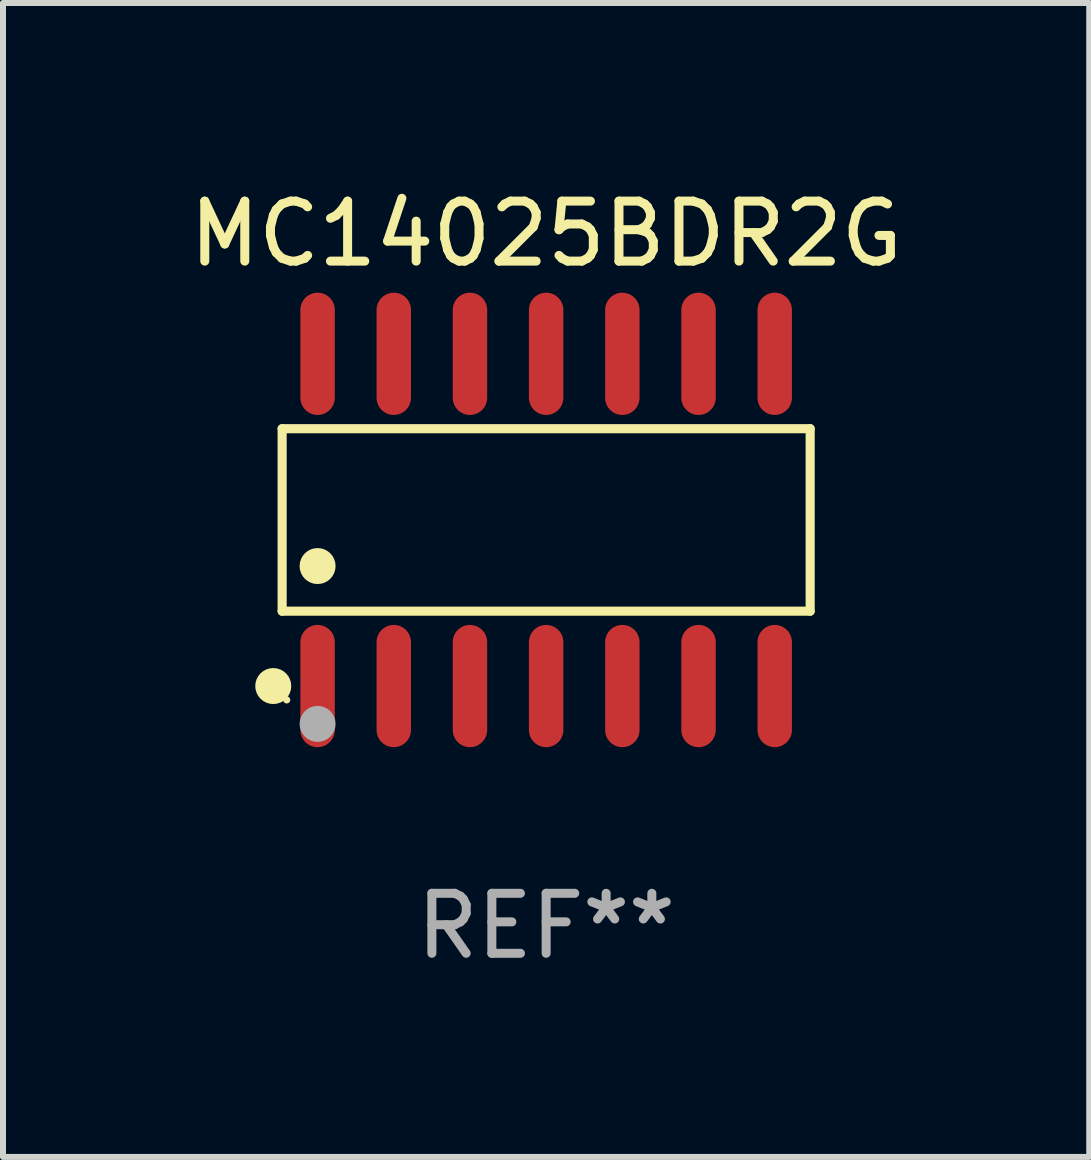
<source format=kicad_pcb>
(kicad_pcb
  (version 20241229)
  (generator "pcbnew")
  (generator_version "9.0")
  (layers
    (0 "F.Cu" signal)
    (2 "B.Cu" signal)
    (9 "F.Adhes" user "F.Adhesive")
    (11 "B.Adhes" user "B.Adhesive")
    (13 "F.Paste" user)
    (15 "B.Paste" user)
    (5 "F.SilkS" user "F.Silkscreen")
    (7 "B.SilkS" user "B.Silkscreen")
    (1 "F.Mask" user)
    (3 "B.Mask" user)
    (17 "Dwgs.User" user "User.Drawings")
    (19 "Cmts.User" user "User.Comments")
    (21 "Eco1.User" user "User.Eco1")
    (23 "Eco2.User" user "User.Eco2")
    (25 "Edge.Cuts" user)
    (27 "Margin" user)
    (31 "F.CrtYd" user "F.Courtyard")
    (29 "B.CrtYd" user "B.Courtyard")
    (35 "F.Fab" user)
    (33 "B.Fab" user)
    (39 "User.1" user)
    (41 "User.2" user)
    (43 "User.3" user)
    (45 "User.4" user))
  (footprint "MC14025BDR2G"
    (layer "F.Cu")
    (at 6.054 5.617)
    (property "Reference" "MC14025BDR2G" (at 0 -4.769 0) (layer "F.SilkS") (effects (font (size 1 1) (thickness 0.15))))
    (attr through_hole)
    (fp_line (start -4.401 -1.521) (end 4.401 -1.521) (stroke (width 0.152) (type solid)) (layer "F.SilkS"))
    (fp_line (start -4.401 1.521) (end -4.401 -1.521) (stroke (width 0.152) (type solid)) (layer "F.SilkS"))
    (fp_line (start 4.401 -1.521) (end 4.401 1.521) (stroke (width 0.152) (type solid)) (layer "F.SilkS"))
    (fp_line (start 4.401 1.521) (end -4.401 1.521) (stroke (width 0.152) (type solid)) (layer "F.SilkS"))
    (fp_circle (center -4.549 2.769) (end -4.399 2.769) (stroke (width 0.3) (type solid)) (fill no) (layer "F.SilkS"))
    (fp_circle (center -4.325 3) (end -4.295 3) (stroke (width 0.06) (type solid)) (fill no) (layer "F.SilkS"))
    (fp_circle (center -3.81 0.769) (end -3.66 0.769) (stroke (width 0.3) (type solid)) (fill no) (layer "F.SilkS"))
    (fp_circle (center -3.81 3.4) (end -3.66 3.4) (stroke (width 0.3) (type solid)) (fill no) (layer "F.Fab"))
    (fp_text user "REF**" (at 0 6.769 0) (layer "F.Fab") (effects (font (size 1 1) (thickness 0.15))))
    (pad "1" smd oval (at -3.81 2.769) (size 0.574 2.038) (layers "F.Cu" "F.Mask" "F.Paste"))
    (pad "2" smd oval (at -2.54 2.769) (size 0.574 2.038) (layers "F.Cu" "F.Mask" "F.Paste"))
    (pad "3" smd oval (at -1.27 2.769) (size 0.574 2.038) (layers "F.Cu" "F.Mask" "F.Paste"))
    (pad "4" smd oval (at 0 2.769) (size 0.574 2.038) (layers "F.Cu" "F.Mask" "F.Paste"))
    (pad "5" smd oval (at 1.27 2.769) (size 0.574 2.038) (layers "F.Cu" "F.Mask" "F.Paste"))
    (pad "6" smd oval (at 2.54 2.769) (size 0.574 2.038) (layers "F.Cu" "F.Mask" "F.Paste"))
    (pad "7" smd oval (at 3.81 2.769) (size 0.574 2.038) (layers "F.Cu" "F.Mask" "F.Paste"))
    (pad "8" smd oval (at 3.81 -2.769) (size 0.574 2.038) (layers "F.Cu" "F.Mask" "F.Paste"))
    (pad "9" smd oval (at 2.54 -2.769) (size 0.574 2.038) (layers "F.Cu" "F.Mask" "F.Paste"))
    (pad "10" smd oval (at 1.27 -2.769) (size 0.574 2.038) (layers "F.Cu" "F.Mask" "F.Paste"))
    (pad "11" smd oval (at 0 -2.769) (size 0.574 2.038) (layers "F.Cu" "F.Mask" "F.Paste"))
    (pad "12" smd oval (at -1.27 -2.769) (size 0.574 2.038) (layers "F.Cu" "F.Mask" "F.Paste"))
    (pad "13" smd oval (at -2.54 -2.769) (size 0.574 2.038) (layers "F.Cu" "F.Mask" "F.Paste"))
    (pad "14" smd oval (at -3.81 -2.769) (size 0.574 2.038) (layers "F.Cu" "F.Mask" "F.Paste")))
  (gr_rect
    (start -3 -3)
    (end 15.107 16.235)
    (stroke (width 0.1) (type default))
    (fill no)
    (layer "Edge.Cuts")))
</source>
